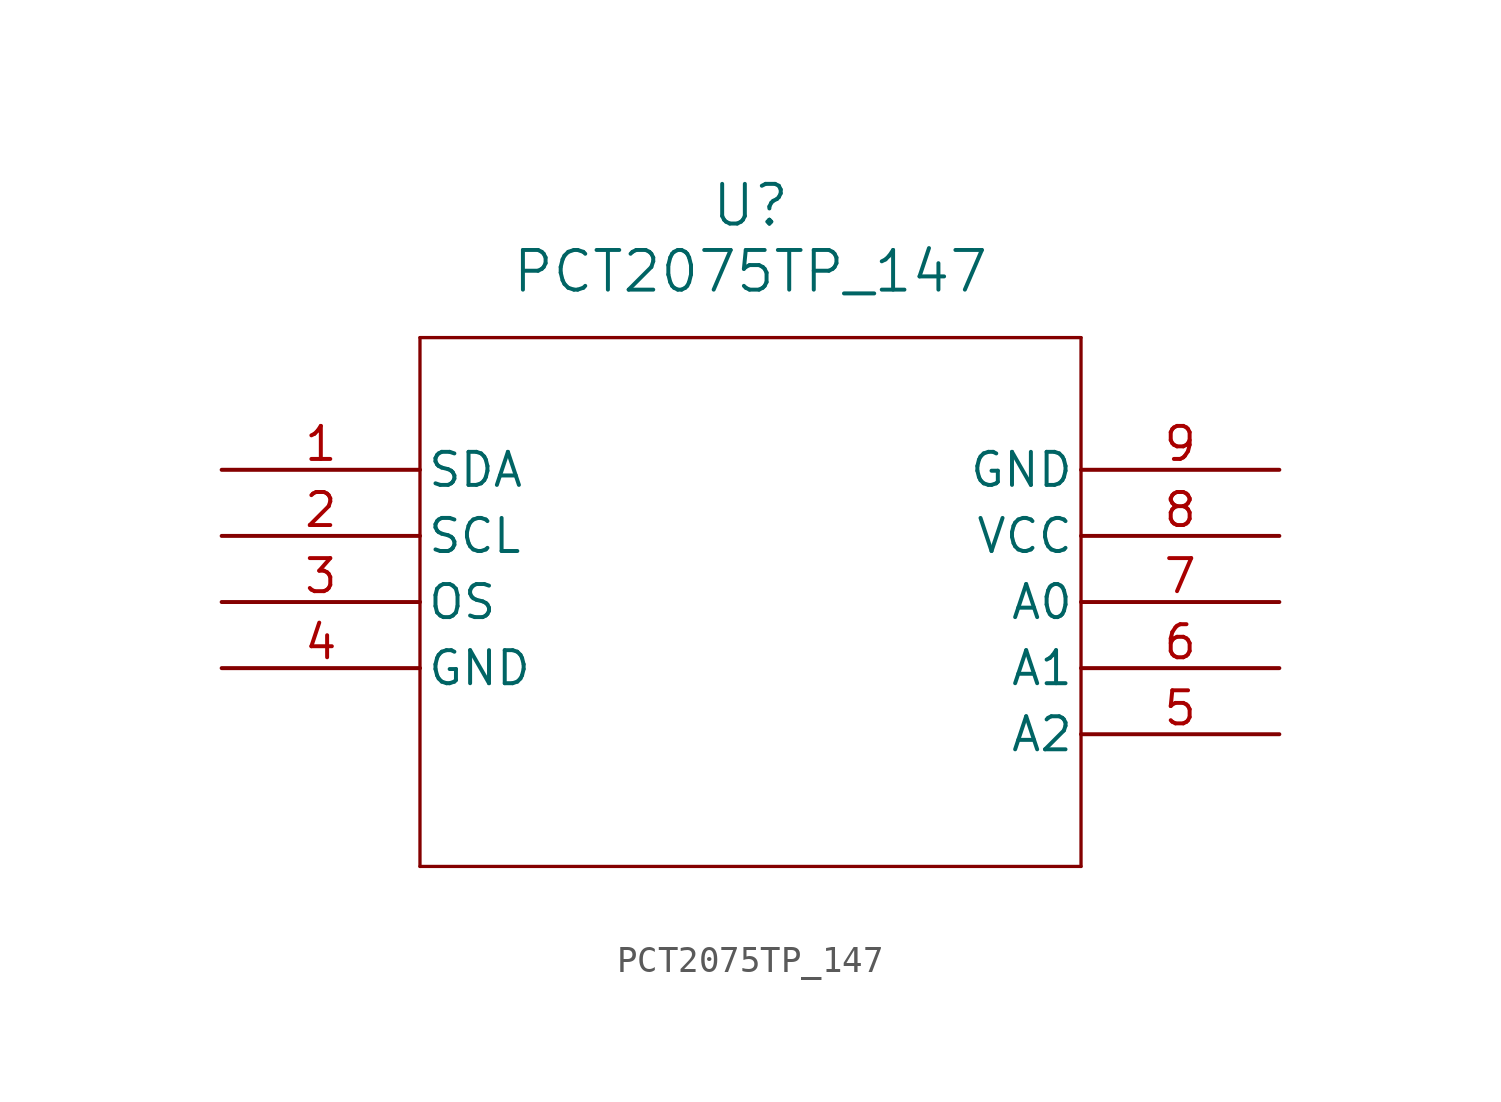
<source format=kicad_sym>
(kicad_symbol_lib
  (version 20211014)
  (generator kicad_symbol_editor)
  (symbol "PCT2075TP_147"
    (pin_names
      (offset 0.254))
    (property "Reference" "U"
      (at 20.32 10.16 0)
      (effects (font (size 1.524 1.524))))
    (property "Value" "PCT2075TP_147"
      (at 20.32 7.62 0)
      (effects (font (size 1.524 1.524))))
    (symbol "PCT2075TP_147_0_1"
      (polyline (pts (xy 7.62 5.08) (xy 7.62 -15.24)) (stroke (width 0.127) (type default) (color 0 0 0 0)) (fill (type none)))
      (polyline (pts (xy 7.62 -15.24) (xy 33.02 -15.24)) (stroke (width 0.127) (type default) (color 0 0 0 0)) (fill (type none)))
      (polyline (pts (xy 33.02 -15.24) (xy 33.02 5.08)) (stroke (width 0.127) (type default) (color 0 0 0 0)) (fill (type none)))
      (polyline (pts (xy 33.02 5.08) (xy 7.62 5.08)) (stroke (width 0.127) (type default) (color 0 0 0 0)) (fill (type none)))
      (pin bidirectional line (at 0 0 0) (length 7.62) (name "SDA" (effects (font (size 1.27 1.27)))) (number "1" (effects (font (size 1.27 1.27)))))
      (pin input line (at 0 -2.54 0) (length 7.62) (name "SCL" (effects (font (size 1.27 1.27)))) (number "2" (effects (font (size 1.27 1.27)))))
      (pin output line (at 0 -5.08 0) (length 7.62) (name "OS" (effects (font (size 1.27 1.27)))) (number "3" (effects (font (size 1.27 1.27)))))
      (pin power_out line (at 0 -7.62 0) (length 7.62) (name "GND" (effects (font (size 1.27 1.27)))) (number "4" (effects (font (size 1.27 1.27)))))
      (pin input line (at 40.64 -10.16 180) (length 7.62) (name "A2" (effects (font (size 1.27 1.27)))) (number "5" (effects (font (size 1.27 1.27)))))
      (pin input line (at 40.64 -7.62 180) (length 7.62) (name "A1" (effects (font (size 1.27 1.27)))) (number "6" (effects (font (size 1.27 1.27)))))
      (pin input line (at 40.64 -5.08 180) (length 7.62) (name "A0" (effects (font (size 1.27 1.27)))) (number "7" (effects (font (size 1.27 1.27)))))
      (pin power_in line (at 40.64 -2.54 180) (length 7.62) (name "VCC" (effects (font (size 1.27 1.27)))) (number "8" (effects (font (size 1.27 1.27)))))
      (pin power_out line (at 40.64 0 180) (length 7.62) (name "GND" (effects (font (size 1.27 1.27)))) (number "9" (effects (font (size 1.27 1.27))))))))
</source>
